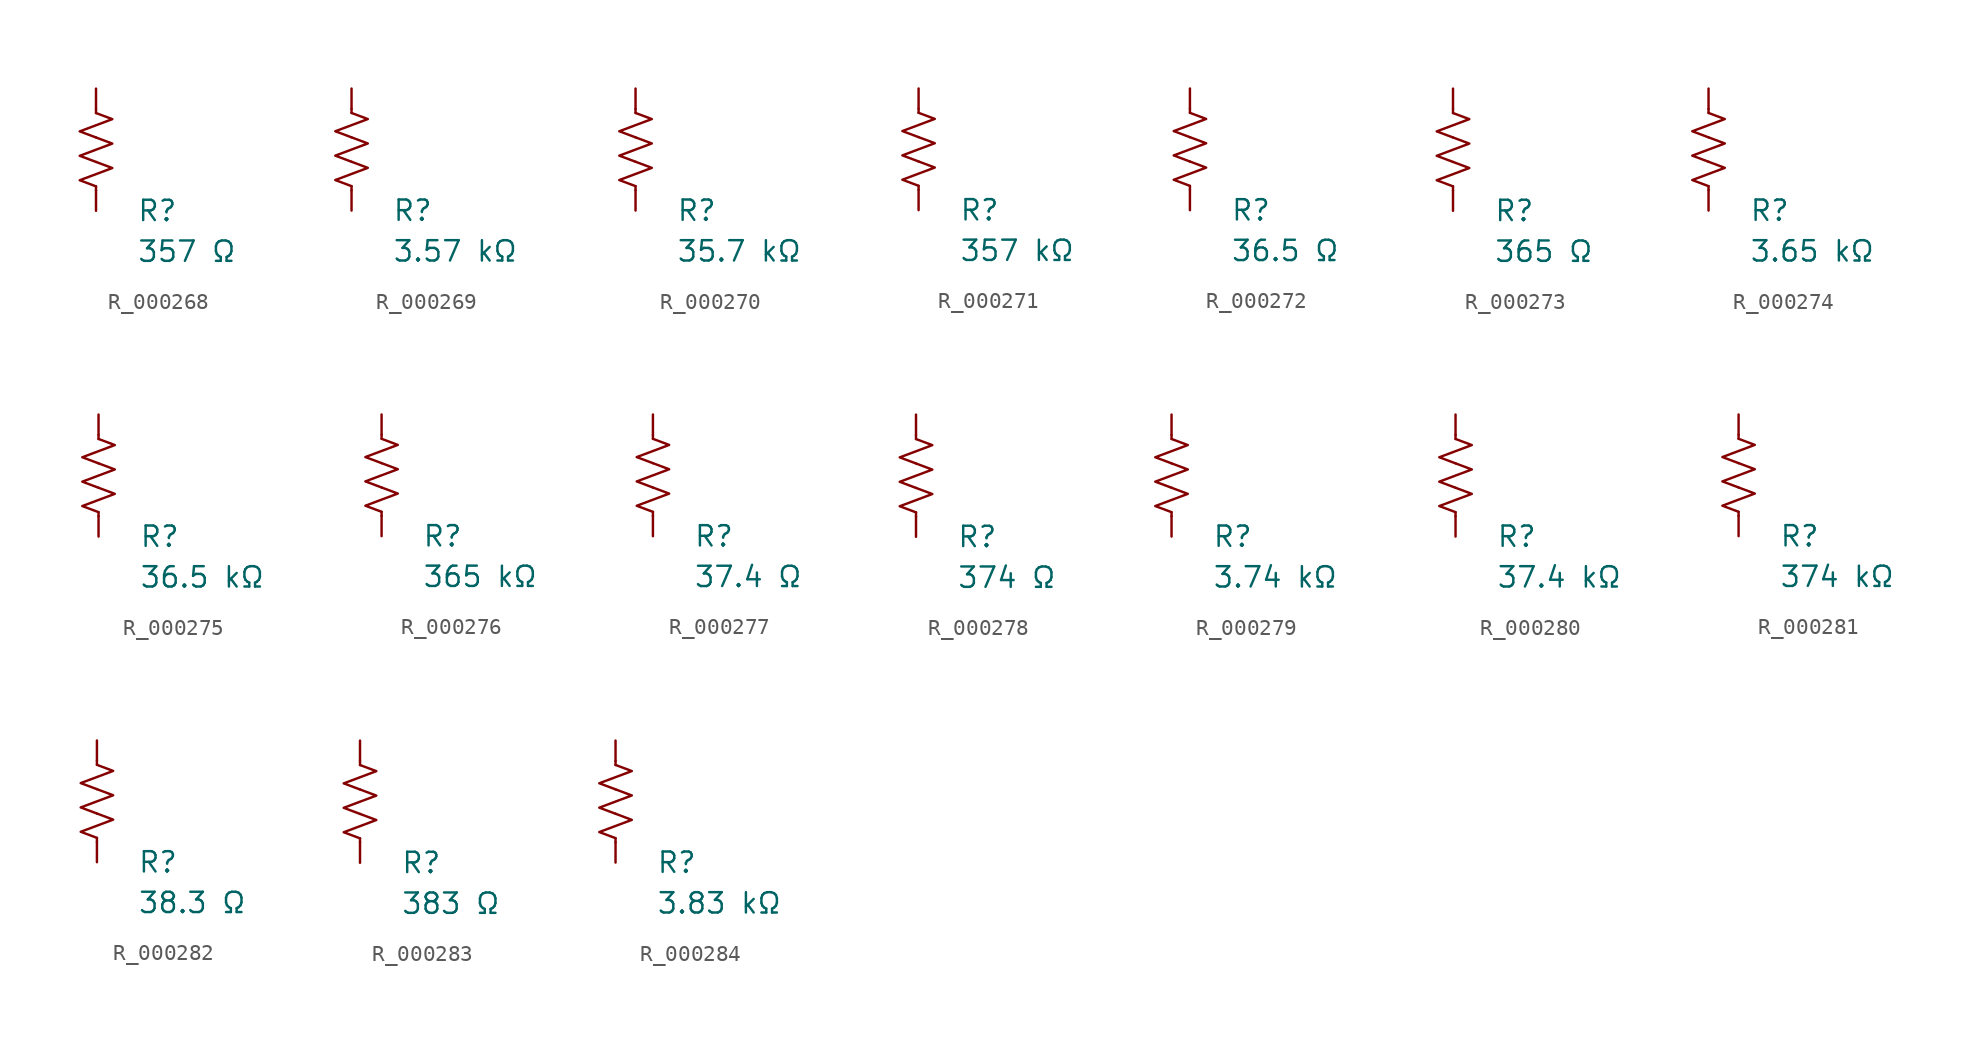
<source format=kicad_sym>
(kicad_symbol_lib
  (version 20231120)
  (generator "kicad_symbol_editor")
  (generator_version "8.0")
  (symbol "R_000268"
    (pin_numbers hide)
    (pin_names
      (offset 0))
    (property "Reference" "R"
      (at 2.54 -3.81 0)
      (effects (font (size 1.27 1.27)) (justify left))
      (show_name no))
    (property "Value" "357 Ω"
      (at 2.54 -6.35 0)
      (effects (font (size 1.27 1.27)) (justify left))
      (show_name no))
    (symbol "R_000268_0_1"
      (polyline (pts (xy 0 -2.286) (xy 0 -2.54)) (stroke (width 0) (type default)) (fill (type none)))
      (polyline (pts (xy 0 2.286) (xy 0 2.54)) (stroke (width 0) (type default)) (fill (type none)))
      (polyline (pts (xy 0 -0.762) (xy 1.016 -1.143) (xy 0 -1.524) (xy -1.016 -1.905) (xy 0 -2.286)) (stroke (width 0) (type default)) (fill (type none)))
      (polyline (pts (xy 0 0.762) (xy 1.016 0.381) (xy 0 0) (xy -1.016 -0.381) (xy 0 -0.762)) (stroke (width 0) (type default)) (fill (type none)))
      (polyline (pts (xy 0 2.286) (xy 1.016 1.905) (xy 0 1.524) (xy -1.016 1.143) (xy 0 0.762)) (stroke (width 0) (type default)) (fill (type none))))
    (symbol "R_000268_1_1"
      (pin passive line (at 0 3.81 270) (length 1.27) (name "~" (effects (font (size 1.27 1.27)))) (number "1" (effects (font (size 1.27 1.27)))))
      (pin passive line (at 0 -3.81 90) (length 1.27) (name "~" (effects (font (size 1.27 1.27)))) (number "2" (effects (font (size 1.27 1.27)))))))
  (symbol "R_000269"
    (pin_numbers hide)
    (pin_names
      (offset 0))
    (property "Reference" "R"
      (at 2.54 -3.81 0)
      (effects (font (size 1.27 1.27)) (justify left))
      (show_name no))
    (property "Value" "3.57 kΩ"
      (at 2.54 -6.35 0)
      (effects (font (size 1.27 1.27)) (justify left))
      (show_name no))
    (symbol "R_000269_0_1"
      (polyline (pts (xy 0 -2.286) (xy 0 -2.54)) (stroke (width 0) (type default)) (fill (type none)))
      (polyline (pts (xy 0 2.286) (xy 0 2.54)) (stroke (width 0) (type default)) (fill (type none)))
      (polyline (pts (xy 0 -0.762) (xy 1.016 -1.143) (xy 0 -1.524) (xy -1.016 -1.905) (xy 0 -2.286)) (stroke (width 0) (type default)) (fill (type none)))
      (polyline (pts (xy 0 0.762) (xy 1.016 0.381) (xy 0 0) (xy -1.016 -0.381) (xy 0 -0.762)) (stroke (width 0) (type default)) (fill (type none)))
      (polyline (pts (xy 0 2.286) (xy 1.016 1.905) (xy 0 1.524) (xy -1.016 1.143) (xy 0 0.762)) (stroke (width 0) (type default)) (fill (type none))))
    (symbol "R_000269_1_1"
      (pin passive line (at 0 3.81 270) (length 1.27) (name "~" (effects (font (size 1.27 1.27)))) (number "1" (effects (font (size 1.27 1.27)))))
      (pin passive line (at 0 -3.81 90) (length 1.27) (name "~" (effects (font (size 1.27 1.27)))) (number "2" (effects (font (size 1.27 1.27)))))))
  (symbol "R_000270"
    (pin_numbers hide)
    (pin_names
      (offset 0))
    (property "Reference" "R"
      (at 2.54 -3.81 0)
      (effects (font (size 1.27 1.27)) (justify left))
      (show_name no))
    (property "Value" "35.7 kΩ"
      (at 2.54 -6.35 0)
      (effects (font (size 1.27 1.27)) (justify left))
      (show_name no))
    (symbol "R_000270_0_1"
      (polyline (pts (xy 0 -2.286) (xy 0 -2.54)) (stroke (width 0) (type default)) (fill (type none)))
      (polyline (pts (xy 0 2.286) (xy 0 2.54)) (stroke (width 0) (type default)) (fill (type none)))
      (polyline (pts (xy 0 -0.762) (xy 1.016 -1.143) (xy 0 -1.524) (xy -1.016 -1.905) (xy 0 -2.286)) (stroke (width 0) (type default)) (fill (type none)))
      (polyline (pts (xy 0 0.762) (xy 1.016 0.381) (xy 0 0) (xy -1.016 -0.381) (xy 0 -0.762)) (stroke (width 0) (type default)) (fill (type none)))
      (polyline (pts (xy 0 2.286) (xy 1.016 1.905) (xy 0 1.524) (xy -1.016 1.143) (xy 0 0.762)) (stroke (width 0) (type default)) (fill (type none))))
    (symbol "R_000270_1_1"
      (pin passive line (at 0 3.81 270) (length 1.27) (name "~" (effects (font (size 1.27 1.27)))) (number "1" (effects (font (size 1.27 1.27)))))
      (pin passive line (at 0 -3.81 90) (length 1.27) (name "~" (effects (font (size 1.27 1.27)))) (number "2" (effects (font (size 1.27 1.27)))))))
  (symbol "R_000271"
    (pin_numbers hide)
    (pin_names
      (offset 0))
    (property "Reference" "R"
      (at 2.54 -3.81 0)
      (effects (font (size 1.27 1.27)) (justify left))
      (show_name no))
    (property "Value" "357 kΩ"
      (at 2.54 -6.35 0)
      (effects (font (size 1.27 1.27)) (justify left))
      (show_name no))
    (symbol "R_000271_0_1"
      (polyline (pts (xy 0 -2.286) (xy 0 -2.54)) (stroke (width 0) (type default)) (fill (type none)))
      (polyline (pts (xy 0 2.286) (xy 0 2.54)) (stroke (width 0) (type default)) (fill (type none)))
      (polyline (pts (xy 0 -0.762) (xy 1.016 -1.143) (xy 0 -1.524) (xy -1.016 -1.905) (xy 0 -2.286)) (stroke (width 0) (type default)) (fill (type none)))
      (polyline (pts (xy 0 0.762) (xy 1.016 0.381) (xy 0 0) (xy -1.016 -0.381) (xy 0 -0.762)) (stroke (width 0) (type default)) (fill (type none)))
      (polyline (pts (xy 0 2.286) (xy 1.016 1.905) (xy 0 1.524) (xy -1.016 1.143) (xy 0 0.762)) (stroke (width 0) (type default)) (fill (type none))))
    (symbol "R_000271_1_1"
      (pin passive line (at 0 3.81 270) (length 1.27) (name "~" (effects (font (size 1.27 1.27)))) (number "1" (effects (font (size 1.27 1.27)))))
      (pin passive line (at 0 -3.81 90) (length 1.27) (name "~" (effects (font (size 1.27 1.27)))) (number "2" (effects (font (size 1.27 1.27)))))))
  (symbol "R_000272"
    (pin_numbers hide)
    (pin_names
      (offset 0))
    (property "Reference" "R"
      (at 2.54 -3.81 0)
      (effects (font (size 1.27 1.27)) (justify left))
      (show_name no))
    (property "Value" "36.5 Ω"
      (at 2.54 -6.35 0)
      (effects (font (size 1.27 1.27)) (justify left))
      (show_name no))
    (symbol "R_000272_0_1"
      (polyline (pts (xy 0 -2.286) (xy 0 -2.54)) (stroke (width 0) (type default)) (fill (type none)))
      (polyline (pts (xy 0 2.286) (xy 0 2.54)) (stroke (width 0) (type default)) (fill (type none)))
      (polyline (pts (xy 0 -0.762) (xy 1.016 -1.143) (xy 0 -1.524) (xy -1.016 -1.905) (xy 0 -2.286)) (stroke (width 0) (type default)) (fill (type none)))
      (polyline (pts (xy 0 0.762) (xy 1.016 0.381) (xy 0 0) (xy -1.016 -0.381) (xy 0 -0.762)) (stroke (width 0) (type default)) (fill (type none)))
      (polyline (pts (xy 0 2.286) (xy 1.016 1.905) (xy 0 1.524) (xy -1.016 1.143) (xy 0 0.762)) (stroke (width 0) (type default)) (fill (type none))))
    (symbol "R_000272_1_1"
      (pin passive line (at 0 3.81 270) (length 1.27) (name "~" (effects (font (size 1.27 1.27)))) (number "1" (effects (font (size 1.27 1.27)))))
      (pin passive line (at 0 -3.81 90) (length 1.27) (name "~" (effects (font (size 1.27 1.27)))) (number "2" (effects (font (size 1.27 1.27)))))))
  (symbol "R_000273"
    (pin_numbers hide)
    (pin_names
      (offset 0))
    (property "Reference" "R"
      (at 2.54 -3.81 0)
      (effects (font (size 1.27 1.27)) (justify left))
      (show_name no))
    (property "Value" "365 Ω"
      (at 2.54 -6.35 0)
      (effects (font (size 1.27 1.27)) (justify left))
      (show_name no))
    (symbol "R_000273_0_1"
      (polyline (pts (xy 0 -2.286) (xy 0 -2.54)) (stroke (width 0) (type default)) (fill (type none)))
      (polyline (pts (xy 0 2.286) (xy 0 2.54)) (stroke (width 0) (type default)) (fill (type none)))
      (polyline (pts (xy 0 -0.762) (xy 1.016 -1.143) (xy 0 -1.524) (xy -1.016 -1.905) (xy 0 -2.286)) (stroke (width 0) (type default)) (fill (type none)))
      (polyline (pts (xy 0 0.762) (xy 1.016 0.381) (xy 0 0) (xy -1.016 -0.381) (xy 0 -0.762)) (stroke (width 0) (type default)) (fill (type none)))
      (polyline (pts (xy 0 2.286) (xy 1.016 1.905) (xy 0 1.524) (xy -1.016 1.143) (xy 0 0.762)) (stroke (width 0) (type default)) (fill (type none))))
    (symbol "R_000273_1_1"
      (pin passive line (at 0 3.81 270) (length 1.27) (name "~" (effects (font (size 1.27 1.27)))) (number "1" (effects (font (size 1.27 1.27)))))
      (pin passive line (at 0 -3.81 90) (length 1.27) (name "~" (effects (font (size 1.27 1.27)))) (number "2" (effects (font (size 1.27 1.27)))))))
  (symbol "R_000274"
    (pin_numbers hide)
    (pin_names
      (offset 0))
    (property "Reference" "R"
      (at 2.54 -3.81 0)
      (effects (font (size 1.27 1.27)) (justify left))
      (show_name no))
    (property "Value" "3.65 kΩ"
      (at 2.54 -6.35 0)
      (effects (font (size 1.27 1.27)) (justify left))
      (show_name no))
    (symbol "R_000274_0_1"
      (polyline (pts (xy 0 -2.286) (xy 0 -2.54)) (stroke (width 0) (type default)) (fill (type none)))
      (polyline (pts (xy 0 2.286) (xy 0 2.54)) (stroke (width 0) (type default)) (fill (type none)))
      (polyline (pts (xy 0 -0.762) (xy 1.016 -1.143) (xy 0 -1.524) (xy -1.016 -1.905) (xy 0 -2.286)) (stroke (width 0) (type default)) (fill (type none)))
      (polyline (pts (xy 0 0.762) (xy 1.016 0.381) (xy 0 0) (xy -1.016 -0.381) (xy 0 -0.762)) (stroke (width 0) (type default)) (fill (type none)))
      (polyline (pts (xy 0 2.286) (xy 1.016 1.905) (xy 0 1.524) (xy -1.016 1.143) (xy 0 0.762)) (stroke (width 0) (type default)) (fill (type none))))
    (symbol "R_000274_1_1"
      (pin passive line (at 0 3.81 270) (length 1.27) (name "~" (effects (font (size 1.27 1.27)))) (number "1" (effects (font (size 1.27 1.27)))))
      (pin passive line (at 0 -3.81 90) (length 1.27) (name "~" (effects (font (size 1.27 1.27)))) (number "2" (effects (font (size 1.27 1.27)))))))
  (symbol "R_000275"
    (pin_numbers hide)
    (pin_names
      (offset 0))
    (property "Reference" "R"
      (at 2.54 -3.81 0)
      (effects (font (size 1.27 1.27)) (justify left))
      (show_name no))
    (property "Value" "36.5 kΩ"
      (at 2.54 -6.35 0)
      (effects (font (size 1.27 1.27)) (justify left))
      (show_name no))
    (symbol "R_000275_0_1"
      (polyline (pts (xy 0 -2.286) (xy 0 -2.54)) (stroke (width 0) (type default)) (fill (type none)))
      (polyline (pts (xy 0 2.286) (xy 0 2.54)) (stroke (width 0) (type default)) (fill (type none)))
      (polyline (pts (xy 0 -0.762) (xy 1.016 -1.143) (xy 0 -1.524) (xy -1.016 -1.905) (xy 0 -2.286)) (stroke (width 0) (type default)) (fill (type none)))
      (polyline (pts (xy 0 0.762) (xy 1.016 0.381) (xy 0 0) (xy -1.016 -0.381) (xy 0 -0.762)) (stroke (width 0) (type default)) (fill (type none)))
      (polyline (pts (xy 0 2.286) (xy 1.016 1.905) (xy 0 1.524) (xy -1.016 1.143) (xy 0 0.762)) (stroke (width 0) (type default)) (fill (type none))))
    (symbol "R_000275_1_1"
      (pin passive line (at 0 3.81 270) (length 1.27) (name "~" (effects (font (size 1.27 1.27)))) (number "1" (effects (font (size 1.27 1.27)))))
      (pin passive line (at 0 -3.81 90) (length 1.27) (name "~" (effects (font (size 1.27 1.27)))) (number "2" (effects (font (size 1.27 1.27)))))))
  (symbol "R_000276"
    (pin_numbers hide)
    (pin_names
      (offset 0))
    (property "Reference" "R"
      (at 2.54 -3.81 0)
      (effects (font (size 1.27 1.27)) (justify left))
      (show_name no))
    (property "Value" "365 kΩ"
      (at 2.54 -6.35 0)
      (effects (font (size 1.27 1.27)) (justify left))
      (show_name no))
    (symbol "R_000276_0_1"
      (polyline (pts (xy 0 -2.286) (xy 0 -2.54)) (stroke (width 0) (type default)) (fill (type none)))
      (polyline (pts (xy 0 2.286) (xy 0 2.54)) (stroke (width 0) (type default)) (fill (type none)))
      (polyline (pts (xy 0 -0.762) (xy 1.016 -1.143) (xy 0 -1.524) (xy -1.016 -1.905) (xy 0 -2.286)) (stroke (width 0) (type default)) (fill (type none)))
      (polyline (pts (xy 0 0.762) (xy 1.016 0.381) (xy 0 0) (xy -1.016 -0.381) (xy 0 -0.762)) (stroke (width 0) (type default)) (fill (type none)))
      (polyline (pts (xy 0 2.286) (xy 1.016 1.905) (xy 0 1.524) (xy -1.016 1.143) (xy 0 0.762)) (stroke (width 0) (type default)) (fill (type none))))
    (symbol "R_000276_1_1"
      (pin passive line (at 0 3.81 270) (length 1.27) (name "~" (effects (font (size 1.27 1.27)))) (number "1" (effects (font (size 1.27 1.27)))))
      (pin passive line (at 0 -3.81 90) (length 1.27) (name "~" (effects (font (size 1.27 1.27)))) (number "2" (effects (font (size 1.27 1.27)))))))
  (symbol "R_000277"
    (pin_numbers hide)
    (pin_names
      (offset 0))
    (property "Reference" "R"
      (at 2.54 -3.81 0)
      (effects (font (size 1.27 1.27)) (justify left))
      (show_name no))
    (property "Value" "37.4 Ω"
      (at 2.54 -6.35 0)
      (effects (font (size 1.27 1.27)) (justify left))
      (show_name no))
    (symbol "R_000277_0_1"
      (polyline (pts (xy 0 -2.286) (xy 0 -2.54)) (stroke (width 0) (type default)) (fill (type none)))
      (polyline (pts (xy 0 2.286) (xy 0 2.54)) (stroke (width 0) (type default)) (fill (type none)))
      (polyline (pts (xy 0 -0.762) (xy 1.016 -1.143) (xy 0 -1.524) (xy -1.016 -1.905) (xy 0 -2.286)) (stroke (width 0) (type default)) (fill (type none)))
      (polyline (pts (xy 0 0.762) (xy 1.016 0.381) (xy 0 0) (xy -1.016 -0.381) (xy 0 -0.762)) (stroke (width 0) (type default)) (fill (type none)))
      (polyline (pts (xy 0 2.286) (xy 1.016 1.905) (xy 0 1.524) (xy -1.016 1.143) (xy 0 0.762)) (stroke (width 0) (type default)) (fill (type none))))
    (symbol "R_000277_1_1"
      (pin passive line (at 0 3.81 270) (length 1.27) (name "~" (effects (font (size 1.27 1.27)))) (number "1" (effects (font (size 1.27 1.27)))))
      (pin passive line (at 0 -3.81 90) (length 1.27) (name "~" (effects (font (size 1.27 1.27)))) (number "2" (effects (font (size 1.27 1.27)))))))
  (symbol "R_000278"
    (pin_numbers hide)
    (pin_names
      (offset 0))
    (property "Reference" "R"
      (at 2.54 -3.81 0)
      (effects (font (size 1.27 1.27)) (justify left))
      (show_name no))
    (property "Value" "374 Ω"
      (at 2.54 -6.35 0)
      (effects (font (size 1.27 1.27)) (justify left))
      (show_name no))
    (symbol "R_000278_0_1"
      (polyline (pts (xy 0 -2.286) (xy 0 -2.54)) (stroke (width 0) (type default)) (fill (type none)))
      (polyline (pts (xy 0 2.286) (xy 0 2.54)) (stroke (width 0) (type default)) (fill (type none)))
      (polyline (pts (xy 0 -0.762) (xy 1.016 -1.143) (xy 0 -1.524) (xy -1.016 -1.905) (xy 0 -2.286)) (stroke (width 0) (type default)) (fill (type none)))
      (polyline (pts (xy 0 0.762) (xy 1.016 0.381) (xy 0 0) (xy -1.016 -0.381) (xy 0 -0.762)) (stroke (width 0) (type default)) (fill (type none)))
      (polyline (pts (xy 0 2.286) (xy 1.016 1.905) (xy 0 1.524) (xy -1.016 1.143) (xy 0 0.762)) (stroke (width 0) (type default)) (fill (type none))))
    (symbol "R_000278_1_1"
      (pin passive line (at 0 3.81 270) (length 1.27) (name "~" (effects (font (size 1.27 1.27)))) (number "1" (effects (font (size 1.27 1.27)))))
      (pin passive line (at 0 -3.81 90) (length 1.27) (name "~" (effects (font (size 1.27 1.27)))) (number "2" (effects (font (size 1.27 1.27)))))))
  (symbol "R_000279"
    (pin_numbers hide)
    (pin_names
      (offset 0))
    (property "Reference" "R"
      (at 2.54 -3.81 0)
      (effects (font (size 1.27 1.27)) (justify left))
      (show_name no))
    (property "Value" "3.74 kΩ"
      (at 2.54 -6.35 0)
      (effects (font (size 1.27 1.27)) (justify left))
      (show_name no))
    (symbol "R_000279_0_1"
      (polyline (pts (xy 0 -2.286) (xy 0 -2.54)) (stroke (width 0) (type default)) (fill (type none)))
      (polyline (pts (xy 0 2.286) (xy 0 2.54)) (stroke (width 0) (type default)) (fill (type none)))
      (polyline (pts (xy 0 -0.762) (xy 1.016 -1.143) (xy 0 -1.524) (xy -1.016 -1.905) (xy 0 -2.286)) (stroke (width 0) (type default)) (fill (type none)))
      (polyline (pts (xy 0 0.762) (xy 1.016 0.381) (xy 0 0) (xy -1.016 -0.381) (xy 0 -0.762)) (stroke (width 0) (type default)) (fill (type none)))
      (polyline (pts (xy 0 2.286) (xy 1.016 1.905) (xy 0 1.524) (xy -1.016 1.143) (xy 0 0.762)) (stroke (width 0) (type default)) (fill (type none))))
    (symbol "R_000279_1_1"
      (pin passive line (at 0 3.81 270) (length 1.27) (name "~" (effects (font (size 1.27 1.27)))) (number "1" (effects (font (size 1.27 1.27)))))
      (pin passive line (at 0 -3.81 90) (length 1.27) (name "~" (effects (font (size 1.27 1.27)))) (number "2" (effects (font (size 1.27 1.27)))))))
  (symbol "R_000280"
    (pin_numbers hide)
    (pin_names
      (offset 0))
    (property "Reference" "R"
      (at 2.54 -3.81 0)
      (effects (font (size 1.27 1.27)) (justify left))
      (show_name no))
    (property "Value" "37.4 kΩ"
      (at 2.54 -6.35 0)
      (effects (font (size 1.27 1.27)) (justify left))
      (show_name no))
    (symbol "R_000280_0_1"
      (polyline (pts (xy 0 -2.286) (xy 0 -2.54)) (stroke (width 0) (type default)) (fill (type none)))
      (polyline (pts (xy 0 2.286) (xy 0 2.54)) (stroke (width 0) (type default)) (fill (type none)))
      (polyline (pts (xy 0 -0.762) (xy 1.016 -1.143) (xy 0 -1.524) (xy -1.016 -1.905) (xy 0 -2.286)) (stroke (width 0) (type default)) (fill (type none)))
      (polyline (pts (xy 0 0.762) (xy 1.016 0.381) (xy 0 0) (xy -1.016 -0.381) (xy 0 -0.762)) (stroke (width 0) (type default)) (fill (type none)))
      (polyline (pts (xy 0 2.286) (xy 1.016 1.905) (xy 0 1.524) (xy -1.016 1.143) (xy 0 0.762)) (stroke (width 0) (type default)) (fill (type none))))
    (symbol "R_000280_1_1"
      (pin passive line (at 0 3.81 270) (length 1.27) (name "~" (effects (font (size 1.27 1.27)))) (number "1" (effects (font (size 1.27 1.27)))))
      (pin passive line (at 0 -3.81 90) (length 1.27) (name "~" (effects (font (size 1.27 1.27)))) (number "2" (effects (font (size 1.27 1.27)))))))
  (symbol "R_000281"
    (pin_numbers hide)
    (pin_names
      (offset 0))
    (property "Reference" "R"
      (at 2.54 -3.81 0)
      (effects (font (size 1.27 1.27)) (justify left))
      (show_name no))
    (property "Value" "374 kΩ"
      (at 2.54 -6.35 0)
      (effects (font (size 1.27 1.27)) (justify left))
      (show_name no))
    (symbol "R_000281_0_1"
      (polyline (pts (xy 0 -2.286) (xy 0 -2.54)) (stroke (width 0) (type default)) (fill (type none)))
      (polyline (pts (xy 0 2.286) (xy 0 2.54)) (stroke (width 0) (type default)) (fill (type none)))
      (polyline (pts (xy 0 -0.762) (xy 1.016 -1.143) (xy 0 -1.524) (xy -1.016 -1.905) (xy 0 -2.286)) (stroke (width 0) (type default)) (fill (type none)))
      (polyline (pts (xy 0 0.762) (xy 1.016 0.381) (xy 0 0) (xy -1.016 -0.381) (xy 0 -0.762)) (stroke (width 0) (type default)) (fill (type none)))
      (polyline (pts (xy 0 2.286) (xy 1.016 1.905) (xy 0 1.524) (xy -1.016 1.143) (xy 0 0.762)) (stroke (width 0) (type default)) (fill (type none))))
    (symbol "R_000281_1_1"
      (pin passive line (at 0 3.81 270) (length 1.27) (name "~" (effects (font (size 1.27 1.27)))) (number "1" (effects (font (size 1.27 1.27)))))
      (pin passive line (at 0 -3.81 90) (length 1.27) (name "~" (effects (font (size 1.27 1.27)))) (number "2" (effects (font (size 1.27 1.27)))))))
  (symbol "R_000282"
    (pin_numbers hide)
    (pin_names
      (offset 0))
    (property "Reference" "R"
      (at 2.54 -3.81 0)
      (effects (font (size 1.27 1.27)) (justify left))
      (show_name no))
    (property "Value" "38.3 Ω"
      (at 2.54 -6.35 0)
      (effects (font (size 1.27 1.27)) (justify left))
      (show_name no))
    (symbol "R_000282_0_1"
      (polyline (pts (xy 0 -2.286) (xy 0 -2.54)) (stroke (width 0) (type default)) (fill (type none)))
      (polyline (pts (xy 0 2.286) (xy 0 2.54)) (stroke (width 0) (type default)) (fill (type none)))
      (polyline (pts (xy 0 -0.762) (xy 1.016 -1.143) (xy 0 -1.524) (xy -1.016 -1.905) (xy 0 -2.286)) (stroke (width 0) (type default)) (fill (type none)))
      (polyline (pts (xy 0 0.762) (xy 1.016 0.381) (xy 0 0) (xy -1.016 -0.381) (xy 0 -0.762)) (stroke (width 0) (type default)) (fill (type none)))
      (polyline (pts (xy 0 2.286) (xy 1.016 1.905) (xy 0 1.524) (xy -1.016 1.143) (xy 0 0.762)) (stroke (width 0) (type default)) (fill (type none))))
    (symbol "R_000282_1_1"
      (pin passive line (at 0 3.81 270) (length 1.27) (name "~" (effects (font (size 1.27 1.27)))) (number "1" (effects (font (size 1.27 1.27)))))
      (pin passive line (at 0 -3.81 90) (length 1.27) (name "~" (effects (font (size 1.27 1.27)))) (number "2" (effects (font (size 1.27 1.27)))))))
  (symbol "R_000283"
    (pin_numbers hide)
    (pin_names
      (offset 0))
    (property "Reference" "R"
      (at 2.54 -3.81 0)
      (effects (font (size 1.27 1.27)) (justify left))
      (show_name no))
    (property "Value" "383 Ω"
      (at 2.54 -6.35 0)
      (effects (font (size 1.27 1.27)) (justify left))
      (show_name no))
    (symbol "R_000283_0_1"
      (polyline (pts (xy 0 -2.286) (xy 0 -2.54)) (stroke (width 0) (type default)) (fill (type none)))
      (polyline (pts (xy 0 2.286) (xy 0 2.54)) (stroke (width 0) (type default)) (fill (type none)))
      (polyline (pts (xy 0 -0.762) (xy 1.016 -1.143) (xy 0 -1.524) (xy -1.016 -1.905) (xy 0 -2.286)) (stroke (width 0) (type default)) (fill (type none)))
      (polyline (pts (xy 0 0.762) (xy 1.016 0.381) (xy 0 0) (xy -1.016 -0.381) (xy 0 -0.762)) (stroke (width 0) (type default)) (fill (type none)))
      (polyline (pts (xy 0 2.286) (xy 1.016 1.905) (xy 0 1.524) (xy -1.016 1.143) (xy 0 0.762)) (stroke (width 0) (type default)) (fill (type none))))
    (symbol "R_000283_1_1"
      (pin passive line (at 0 3.81 270) (length 1.27) (name "~" (effects (font (size 1.27 1.27)))) (number "1" (effects (font (size 1.27 1.27)))))
      (pin passive line (at 0 -3.81 90) (length 1.27) (name "~" (effects (font (size 1.27 1.27)))) (number "2" (effects (font (size 1.27 1.27)))))))
  (symbol "R_000284"
    (pin_numbers hide)
    (pin_names
      (offset 0))
    (property "Reference" "R"
      (at 2.54 -3.81 0)
      (effects (font (size 1.27 1.27)) (justify left))
      (show_name no))
    (property "Value" "3.83 kΩ"
      (at 2.54 -6.35 0)
      (effects (font (size 1.27 1.27)) (justify left))
      (show_name no))
    (symbol "R_000284_0_1"
      (polyline (pts (xy 0 -2.286) (xy 0 -2.54)) (stroke (width 0) (type default)) (fill (type none)))
      (polyline (pts (xy 0 2.286) (xy 0 2.54)) (stroke (width 0) (type default)) (fill (type none)))
      (polyline (pts (xy 0 -0.762) (xy 1.016 -1.143) (xy 0 -1.524) (xy -1.016 -1.905) (xy 0 -2.286)) (stroke (width 0) (type default)) (fill (type none)))
      (polyline (pts (xy 0 0.762) (xy 1.016 0.381) (xy 0 0) (xy -1.016 -0.381) (xy 0 -0.762)) (stroke (width 0) (type default)) (fill (type none)))
      (polyline (pts (xy 0 2.286) (xy 1.016 1.905) (xy 0 1.524) (xy -1.016 1.143) (xy 0 0.762)) (stroke (width 0) (type default)) (fill (type none))))
    (symbol "R_000284_1_1"
      (pin passive line (at 0 3.81 270) (length 1.27) (name "~" (effects (font (size 1.27 1.27)))) (number "1" (effects (font (size 1.27 1.27)))))
      (pin passive line (at 0 -3.81 90) (length 1.27) (name "~" (effects (font (size 1.27 1.27)))) (number "2" (effects (font (size 1.27 1.27))))))))
</source>
